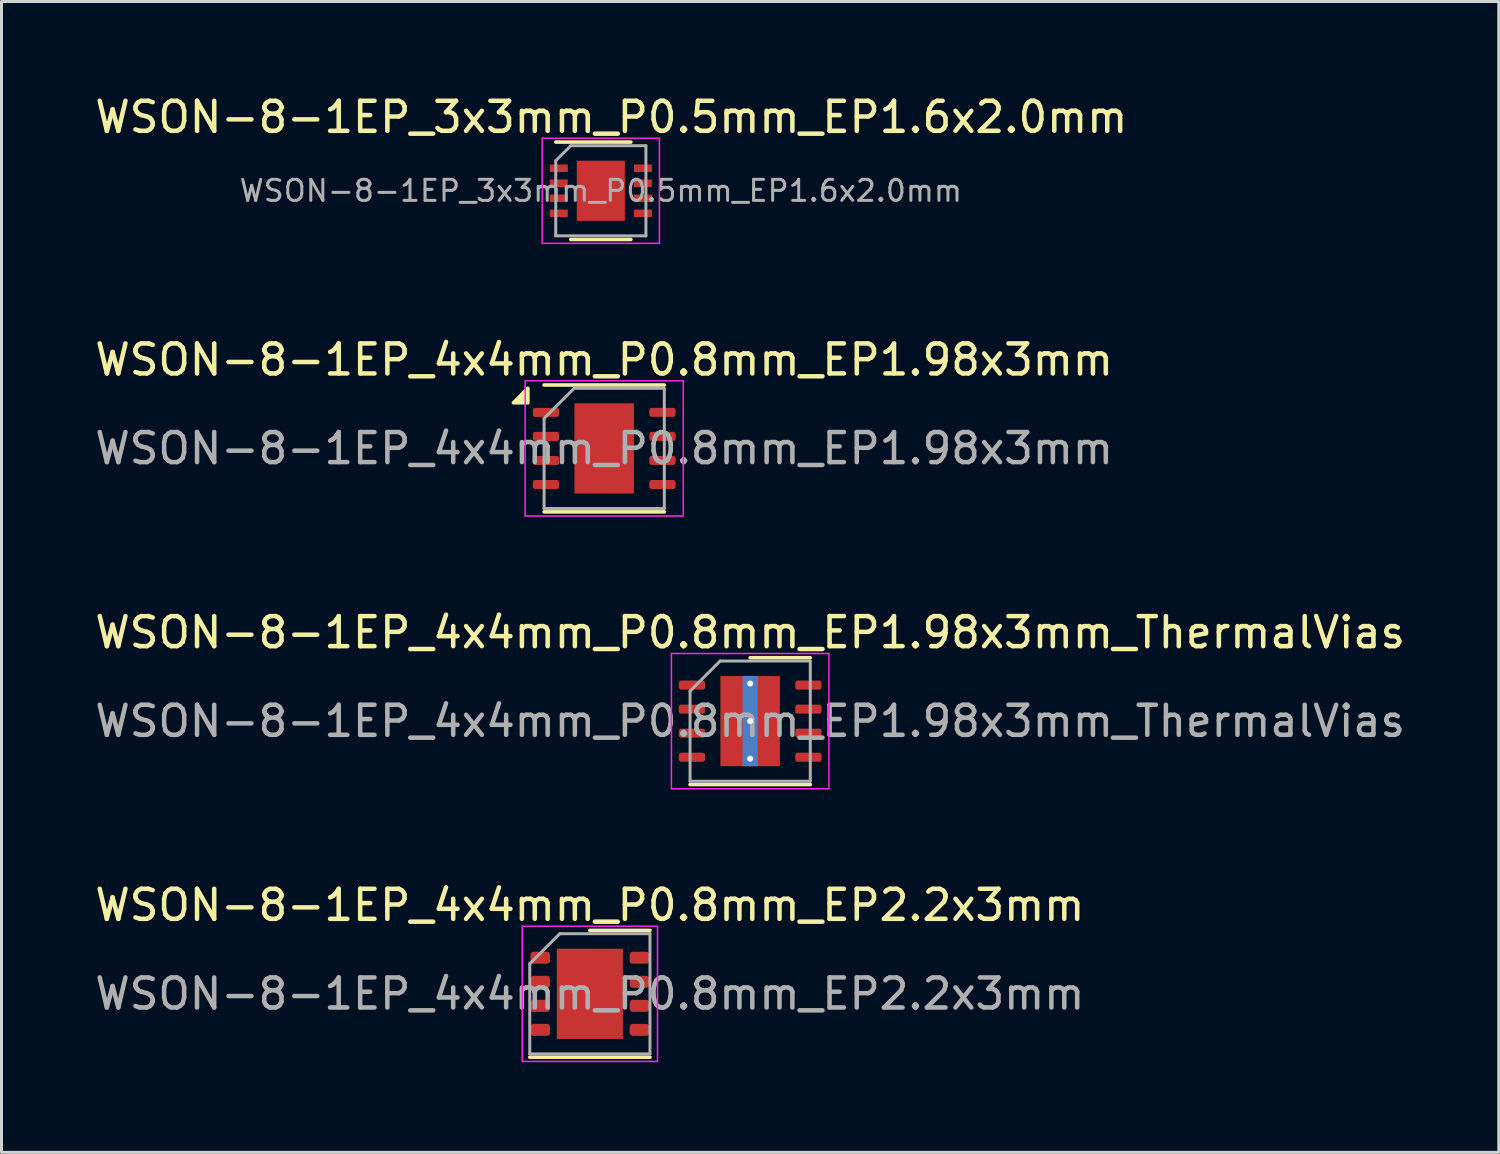
<source format=kicad_pcb>
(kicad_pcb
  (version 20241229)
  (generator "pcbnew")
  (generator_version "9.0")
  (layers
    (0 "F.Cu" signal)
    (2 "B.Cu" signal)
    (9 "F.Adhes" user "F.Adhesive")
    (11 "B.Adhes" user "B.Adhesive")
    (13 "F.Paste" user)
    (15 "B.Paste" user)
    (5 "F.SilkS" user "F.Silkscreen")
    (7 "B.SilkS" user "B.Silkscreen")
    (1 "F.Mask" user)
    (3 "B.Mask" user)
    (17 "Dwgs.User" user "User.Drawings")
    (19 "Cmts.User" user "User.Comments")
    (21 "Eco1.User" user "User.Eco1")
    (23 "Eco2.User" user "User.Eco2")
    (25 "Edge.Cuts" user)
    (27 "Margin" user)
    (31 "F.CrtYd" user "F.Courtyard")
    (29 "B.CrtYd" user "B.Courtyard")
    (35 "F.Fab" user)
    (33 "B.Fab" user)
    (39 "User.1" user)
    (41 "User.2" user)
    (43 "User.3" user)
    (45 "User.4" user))
  (footprint "WSON-8-1EP_3x3mm_P0.5mm_EP1.6x2.0mm"
    (layer "F.Cu")
    (at 16.942 3.298)
    (property "Reference" "WSON-8-1EP_3x3mm_P0.5mm_EP1.6x2.0mm" (at 0.35 -2.45 0) (layer "F.SilkS") (effects (font (size 1 1) (thickness 0.15))))
    (attr smd)
    (fp_line (start -1.5 -1.62) (end 1 -1.62) (stroke (width 0.12) (type solid)) (layer "F.SilkS"))
    (fp_line (start 1 1.62) (end -1 1.62) (stroke (width 0.12) (type solid)) (layer "F.SilkS"))
    (fp_line (start -1.95 -1.75) (end -1.95 1.75) (stroke (width 0.05) (type solid)) (layer "F.CrtYd"))
    (fp_line (start -1.95 -1.75) (end 1.95 -1.75) (stroke (width 0.05) (type solid)) (layer "F.CrtYd"))
    (fp_line (start -1.95 1.75) (end 1.95 1.75) (stroke (width 0.05) (type solid)) (layer "F.CrtYd"))
    (fp_line (start 1.95 -1.75) (end 1.95 1.75) (stroke (width 0.05) (type solid)) (layer "F.CrtYd"))
    (fp_line (start -1.5 1.5) (end -1.5 -1) (stroke (width 0.1) (type solid)) (layer "F.Fab"))
    (fp_line (start -1 -1.5) (end -1.5 -1) (stroke (width 0.1) (type solid)) (layer "F.Fab"))
    (fp_line (start -1 -1.5) (end 1.5 -1.5) (stroke (width 0.1) (type solid)) (layer "F.Fab"))
    (fp_line (start 1.5 -1.5) (end 1.5 1.5) (stroke (width 0.1) (type solid)) (layer "F.Fab"))
    (fp_line (start 1.5 1.5) (end -1.5 1.5) (stroke (width 0.1) (type solid)) (layer "F.Fab"))
    (fp_text user "${REFERENCE}" (at 0 0 0) (layer "F.Fab") (effects (font (size 0.7 0.7) (thickness 0.1))))
    (pad "" smd rect (at -0.45 -0.55) (size 0.6 0.8) (layers "F.Paste"))
    (pad "" smd rect (at -0.45 0.55) (size 0.6 0.8) (layers "F.Paste"))
    (pad "" smd rect (at 0.45 -0.55) (size 0.6 0.8) (layers "F.Paste"))
    (pad "" smd rect (at 0.45 0.55) (size 0.6 0.8) (layers "F.Paste"))
    (pad "1" smd rect (at -1.4 -0.75) (size 0.6 0.25) (layers "F.Cu" "F.Mask" "F.Paste"))
    (pad "2" smd rect (at -1.4 -0.25) (size 0.6 0.25) (layers "F.Cu" "F.Mask" "F.Paste"))
    (pad "3" smd rect (at -1.4 0.25) (size 0.6 0.25) (layers "F.Cu" "F.Mask" "F.Paste"))
    (pad "4" smd rect (at -1.4 0.75) (size 0.6 0.25) (layers "F.Cu" "F.Mask" "F.Paste"))
    (pad "5" smd rect (at 1.4 0.75) (size 0.6 0.25) (layers "F.Cu" "F.Mask" "F.Paste"))
    (pad "6" smd rect (at 1.4 0.25) (size 0.6 0.25) (layers "F.Cu" "F.Mask" "F.Paste"))
    (pad "7" smd rect (at 1.4 -0.25) (size 0.6 0.25) (layers "F.Cu" "F.Mask" "F.Paste"))
    (pad "8" smd rect (at 1.4 -0.75) (size 0.6 0.25) (layers "F.Cu" "F.Mask" "F.Paste"))
    (pad "9" smd rect (at 0 0) (size 1.6 2) (layers "F.Cu" "F.Mask")))
  (footprint "WSON-8-1EP_4x4mm_P0.8mm_EP1.98x3mm_ThermalVias"
    (layer "F.Cu")
    (at 21.911 20.945)
    (property "Reference" "WSON-8-1EP_4x4mm_P0.8mm_EP1.98x3mm_ThermalVias" (at 0 -2.95 0) (layer "F.SilkS") (effects (font (size 1 1) (thickness 0.15))))
    (attr smd)
    (fp_line (start -2 2.11) (end 2 2.11) (stroke (width 0.12) (type solid)) (layer "F.SilkS"))
    (fp_line (start 0 -2.11) (end 2 -2.11) (stroke (width 0.12) (type solid)) (layer "F.SilkS"))
    (fp_line (start -2.62 -2.25) (end -2.62 2.25) (stroke (width 0.05) (type solid)) (layer "F.CrtYd"))
    (fp_line (start -2.62 2.25) (end 2.62 2.25) (stroke (width 0.05) (type solid)) (layer "F.CrtYd"))
    (fp_line (start 2.62 -2.25) (end -2.62 -2.25) (stroke (width 0.05) (type solid)) (layer "F.CrtYd"))
    (fp_line (start 2.62 2.25) (end 2.62 -2.25) (stroke (width 0.05) (type solid)) (layer "F.CrtYd"))
    (fp_line (start -2 -1) (end -1 -2) (stroke (width 0.1) (type solid)) (layer "F.Fab"))
    (fp_line (start -2 2) (end -2 -1) (stroke (width 0.1) (type solid)) (layer "F.Fab"))
    (fp_line (start -1 -2) (end 2 -2) (stroke (width 0.1) (type solid)) (layer "F.Fab"))
    (fp_line (start 2 -2) (end 2 2) (stroke (width 0.1) (type solid)) (layer "F.Fab"))
    (fp_line (start 2 2) (end -2 2) (stroke (width 0.1) (type solid)) (layer "F.Fab"))
    (fp_text user "${REFERENCE}" (at 0 0 0) (layer "F.Fab") (effects (font (size 1 1) (thickness 0.15))))
    (pad "" smd roundrect (at -0.495 -0.625) (size 0.798 1.008) (layers "F.Paste") (roundrect_rratio 0.25))
    (pad "" smd roundrect (at -0.495 0.625) (size 0.798 1.008) (layers "F.Paste") (roundrect_rratio 0.25))
    (pad "" smd roundrect (at 0.495 -0.625) (size 0.798 1.008) (layers "F.Paste") (roundrect_rratio 0.25))
    (pad "" smd roundrect (at 0.495 0.625) (size 0.798 1.008) (layers "F.Paste") (roundrect_rratio 0.25))
    (pad "1" smd roundrect (at -1.938 -1.2) (size 0.875 0.3) (layers "F.Cu" "F.Mask" "F.Paste") (roundrect_rratio 0.25))
    (pad "2" smd roundrect (at -1.938 -0.4) (size 0.875 0.3) (layers "F.Cu" "F.Mask" "F.Paste") (roundrect_rratio 0.25))
    (pad "3" smd roundrect (at -1.938 0.4) (size 0.875 0.3) (layers "F.Cu" "F.Mask" "F.Paste") (roundrect_rratio 0.25))
    (pad "4" smd roundrect (at -1.938 1.2) (size 0.875 0.3) (layers "F.Cu" "F.Mask" "F.Paste") (roundrect_rratio 0.25))
    (pad "5" smd roundrect (at 1.938 1.2) (size 0.875 0.3) (layers "F.Cu" "F.Mask" "F.Paste") (roundrect_rratio 0.25))
    (pad "6" smd roundrect (at 1.938 0.4) (size 0.875 0.3) (layers "F.Cu" "F.Mask" "F.Paste") (roundrect_rratio 0.25))
    (pad "7" smd roundrect (at 1.938 -0.4) (size 0.875 0.3) (layers "F.Cu" "F.Mask" "F.Paste") (roundrect_rratio 0.25))
    (pad "8" smd roundrect (at 1.938 -1.2) (size 0.875 0.3) (layers "F.Cu" "F.Mask" "F.Paste") (roundrect_rratio 0.25))
    (pad "9" thru_hole circle (at 0 -1.25) (size 0.5 0.5) (drill 0.2) (layers "*.Cu"))
    (pad "9" thru_hole circle (at 0 0) (size 0.5 0.5) (drill 0.2) (layers "*.Cu"))
    (pad "9" smd rect (at 0 0) (size 0.5 3) (layers "B.Cu"))
    (pad "9" smd rect (at 0 0) (size 1.98 3) (layers "F.Cu" "F.Mask"))
    (pad "9" thru_hole circle (at 0 1.25) (size 0.5 0.5) (drill 0.2) (layers "*.Cu")))
  (footprint "WSON-8-1EP_4x4mm_P0.8mm_EP1.98x3mm"
    (layer "F.Cu")
    (at 17.054 11.871)
    (property "Reference" "WSON-8-1EP_4x4mm_P0.8mm_EP1.98x3mm" (at 0 -2.95 0) (layer "F.SilkS") (effects (font (size 1 1) (thickness 0.15))))
    (attr smd)
    (fp_line (start -2 -2.11) (end 2 -2.11) (stroke (width 0.12) (type solid)) (layer "F.SilkS"))
    (fp_line (start -2 2.11) (end 2 2.11) (stroke (width 0.12) (type solid)) (layer "F.SilkS"))
    (fp_poly (pts (xy -2.54 -1.52) (xy -3.02 -1.52) (xy -2.54 -2) (xy -2.54 -1.52)) (stroke (width 0.12) (type solid)) (fill yes) (layer "F.SilkS"))
    (fp_line (start -2.63 -2.25) (end -2.63 2.25) (stroke (width 0.05) (type solid)) (layer "F.CrtYd"))
    (fp_line (start -2.63 2.25) (end 2.63 2.25) (stroke (width 0.05) (type solid)) (layer "F.CrtYd"))
    (fp_line (start 2.63 -2.25) (end -2.63 -2.25) (stroke (width 0.05) (type solid)) (layer "F.CrtYd"))
    (fp_line (start 2.63 2.25) (end 2.63 -2.25) (stroke (width 0.05) (type solid)) (layer "F.CrtYd"))
    (fp_line (start -2 -1) (end -1 -2) (stroke (width 0.1) (type solid)) (layer "F.Fab"))
    (fp_line (start -2 2) (end -2 -1) (stroke (width 0.1) (type solid)) (layer "F.Fab"))
    (fp_line (start -1 -2) (end 2 -2) (stroke (width 0.1) (type solid)) (layer "F.Fab"))
    (fp_line (start 2 -2) (end 2 2) (stroke (width 0.1) (type solid)) (layer "F.Fab"))
    (fp_line (start 2 2) (end -2 2) (stroke (width 0.1) (type solid)) (layer "F.Fab"))
    (fp_text user "${REFERENCE}" (at 0 0 0) (layer "F.Fab") (effects (font (size 1 1) (thickness 0.15))))
    (pad "" smd roundrect (at -0.495 -0.75) (size 0.8 1.21) (layers "F.Paste") (roundrect_rratio 0.25))
    (pad "" smd roundrect (at -0.495 0.75) (size 0.8 1.21) (layers "F.Paste") (roundrect_rratio 0.25))
    (pad "" smd roundrect (at 0.495 -0.75) (size 0.8 1.21) (layers "F.Paste") (roundrect_rratio 0.25))
    (pad "" smd roundrect (at 0.495 0.75) (size 0.8 1.21) (layers "F.Paste") (roundrect_rratio 0.25))
    (pad "1" smd roundrect (at -1.938 -1.2) (size 0.875 0.3) (layers "F.Cu" "F.Mask" "F.Paste") (roundrect_rratio 0.25))
    (pad "2" smd roundrect (at -1.938 -0.4) (size 0.875 0.3) (layers "F.Cu" "F.Mask" "F.Paste") (roundrect_rratio 0.25))
    (pad "3" smd roundrect (at -1.938 0.4) (size 0.875 0.3) (layers "F.Cu" "F.Mask" "F.Paste") (roundrect_rratio 0.25))
    (pad "4" smd roundrect (at -1.938 1.2) (size 0.875 0.3) (layers "F.Cu" "F.Mask" "F.Paste") (roundrect_rratio 0.25))
    (pad "5" smd roundrect (at 1.938 1.2) (size 0.875 0.3) (layers "F.Cu" "F.Mask" "F.Paste") (roundrect_rratio 0.25))
    (pad "6" smd roundrect (at 1.938 0.4) (size 0.875 0.3) (layers "F.Cu" "F.Mask" "F.Paste") (roundrect_rratio 0.25))
    (pad "7" smd roundrect (at 1.938 -0.4) (size 0.875 0.3) (layers "F.Cu" "F.Mask" "F.Paste") (roundrect_rratio 0.25))
    (pad "8" smd roundrect (at 1.938 -1.2) (size 0.875 0.3) (layers "F.Cu" "F.Mask" "F.Paste") (roundrect_rratio 0.25))
    (pad "9" smd rect (at 0 0) (size 1.98 3) (property pad_prop_heatsink) (layers "F.Cu" "F.Mask")))
  (footprint "WSON-8-1EP_4x4mm_P0.8mm_EP2.2x3mm"
    (layer "F.Cu")
    (at 16.577 30.018)
    (property "Reference" "WSON-8-1EP_4x4mm_P0.8mm_EP2.2x3mm" (at 0 -2.95 0) (layer "F.SilkS") (effects (font (size 1 1) (thickness 0.15))))
    (attr smd)
    (fp_line (start -2 2.11) (end 2 2.11) (stroke (width 0.12) (type solid)) (layer "F.SilkS"))
    (fp_line (start 0 -2.11) (end 2 -2.11) (stroke (width 0.12) (type solid)) (layer "F.SilkS"))
    (fp_line (start -2.25 -2.25) (end -2.25 2.25) (stroke (width 0.05) (type solid)) (layer "F.CrtYd"))
    (fp_line (start -2.25 2.25) (end 2.25 2.25) (stroke (width 0.05) (type solid)) (layer "F.CrtYd"))
    (fp_line (start 2.25 -2.25) (end -2.25 -2.25) (stroke (width 0.05) (type solid)) (layer "F.CrtYd"))
    (fp_line (start 2.25 2.25) (end 2.25 -2.25) (stroke (width 0.05) (type solid)) (layer "F.CrtYd"))
    (fp_line (start -2 -1) (end -1 -2) (stroke (width 0.1) (type solid)) (layer "F.Fab"))
    (fp_line (start -2 2) (end -2 -1) (stroke (width 0.1) (type solid)) (layer "F.Fab"))
    (fp_line (start -1 -2) (end 2 -2) (stroke (width 0.1) (type solid)) (layer "F.Fab"))
    (fp_line (start 2 -2) (end 2 2) (stroke (width 0.1) (type solid)) (layer "F.Fab"))
    (fp_line (start 2 2) (end -2 2) (stroke (width 0.1) (type solid)) (layer "F.Fab"))
    (fp_text user "${REFERENCE}" (at 0 0 0) (layer "F.Fab") (effects (font (size 1 1) (thickness 0.15))))
    (pad "" smd roundrect (at -0.55 -0.75) (size 0.89 1.21) (layers "F.Paste") (roundrect_rratio 0.25))
    (pad "" smd roundrect (at -0.55 0.75) (size 0.89 1.21) (layers "F.Paste") (roundrect_rratio 0.25))
    (pad "" smd roundrect (at 0.55 -0.75) (size 0.89 1.21) (layers "F.Paste") (roundrect_rratio 0.25))
    (pad "" smd roundrect (at 0.55 0.75) (size 0.89 1.21) (layers "F.Paste") (roundrect_rratio 0.25))
    (pad "1" smd roundrect (at -1.65 -1.2) (size 0.65 0.4) (layers "F.Cu" "F.Mask" "F.Paste") (roundrect_rratio 0.25))
    (pad "2" smd roundrect (at -1.65 -0.4) (size 0.65 0.4) (layers "F.Cu" "F.Mask" "F.Paste") (roundrect_rratio 0.25))
    (pad "3" smd roundrect (at -1.65 0.4) (size 0.65 0.4) (layers "F.Cu" "F.Mask" "F.Paste") (roundrect_rratio 0.25))
    (pad "4" smd roundrect (at -1.65 1.2) (size 0.65 0.4) (layers "F.Cu" "F.Mask" "F.Paste") (roundrect_rratio 0.25))
    (pad "5" smd roundrect (at 1.65 1.2) (size 0.65 0.4) (layers "F.Cu" "F.Mask" "F.Paste") (roundrect_rratio 0.25))
    (pad "6" smd roundrect (at 1.65 0.4) (size 0.65 0.4) (layers "F.Cu" "F.Mask" "F.Paste") (roundrect_rratio 0.25))
    (pad "7" smd roundrect (at 1.65 -0.4) (size 0.65 0.4) (layers "F.Cu" "F.Mask" "F.Paste") (roundrect_rratio 0.25))
    (pad "8" smd roundrect (at 1.65 -1.2) (size 0.65 0.4) (layers "F.Cu" "F.Mask" "F.Paste") (roundrect_rratio 0.25))
    (pad "9" smd rect (at 0 0) (size 2.2 3) (layers "F.Cu" "F.Mask")))
  (gr_rect
    (start -3 -3)
    (end 46.821 35.293)
    (stroke (width 0.1) (type default))
    (fill no)
    (layer "Edge.Cuts")))
</source>
